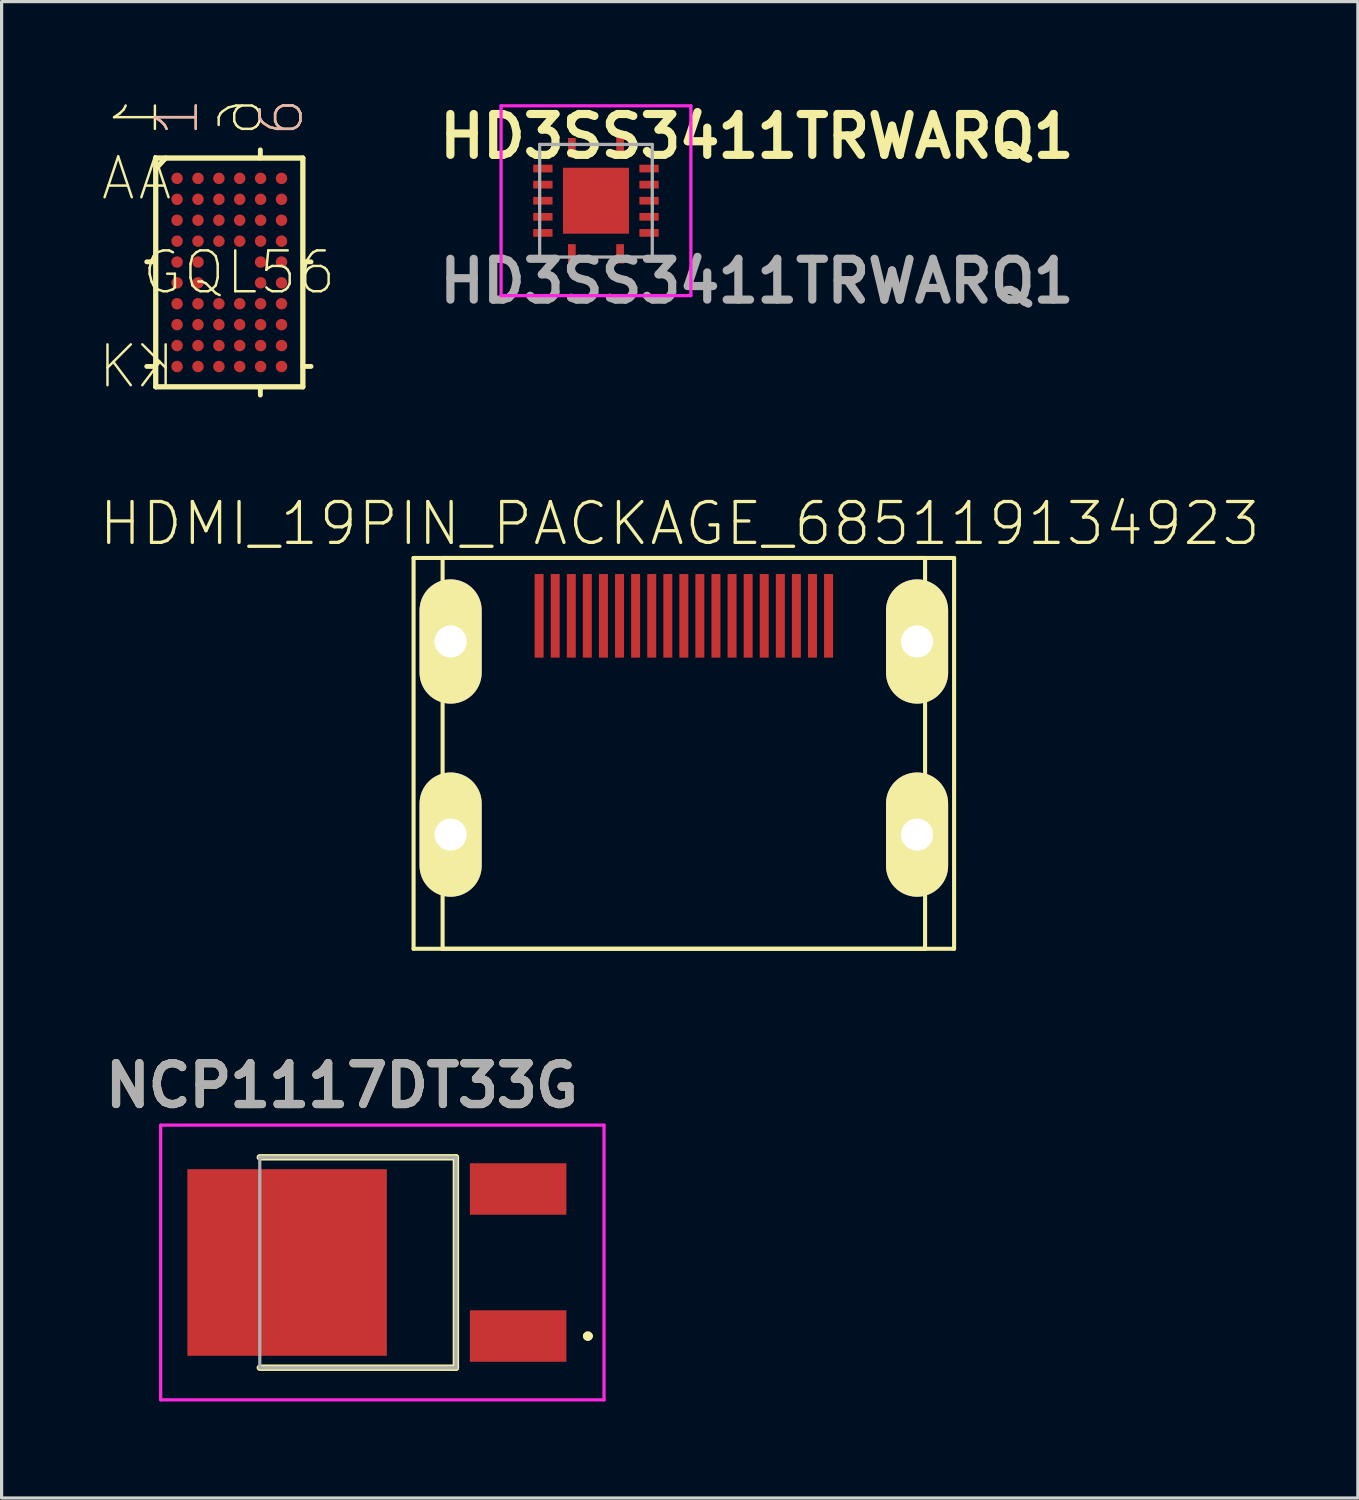
<source format=kicad_pcb>
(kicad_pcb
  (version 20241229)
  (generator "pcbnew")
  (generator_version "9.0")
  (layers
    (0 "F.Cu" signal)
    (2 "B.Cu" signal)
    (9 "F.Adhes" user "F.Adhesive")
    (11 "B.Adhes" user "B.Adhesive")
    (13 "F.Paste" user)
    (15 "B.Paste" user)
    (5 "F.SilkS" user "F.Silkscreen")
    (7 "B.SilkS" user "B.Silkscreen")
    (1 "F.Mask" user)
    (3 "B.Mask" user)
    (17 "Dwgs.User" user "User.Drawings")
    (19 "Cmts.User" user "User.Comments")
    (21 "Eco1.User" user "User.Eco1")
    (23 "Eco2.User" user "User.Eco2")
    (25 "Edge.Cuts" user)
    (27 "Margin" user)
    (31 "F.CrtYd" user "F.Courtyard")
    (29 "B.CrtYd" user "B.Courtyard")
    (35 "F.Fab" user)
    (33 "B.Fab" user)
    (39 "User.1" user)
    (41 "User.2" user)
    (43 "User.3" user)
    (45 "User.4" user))
  (footprint "GQL56"
    (layer "F.Cu")
    (at 4.077 5.418)
    (property "Reference" "GQL56" (at 0.305 0 0) (layer "F.SilkS") (effects (font (size 1.27 1.27) (thickness 0.076))))
    (attr smd)
    (fp_line (start -2.311 -0.33) (end -2.565 -0.33) (stroke (width 0.152) (type solid)) (layer "F.SilkS"))
    (fp_line (start -2.311 2.921) (end -2.565 2.921) (stroke (width 0.152) (type solid)) (layer "F.SilkS"))
    (fp_line (start -2.286 -3.556) (end -2.286 3.556) (stroke (width 0.152) (type solid)) (layer "F.SilkS"))
    (fp_line (start -2.286 -3.556) (end -2.286 3.556) (stroke (width 0.152) (type solid)) (layer "F.SilkS"))
    (fp_line (start -2.286 3.556) (end 2.286 3.556) (stroke (width 0.152) (type solid)) (layer "F.SilkS"))
    (fp_line (start -2.286 3.556) (end 2.286 3.556) (stroke (width 0.152) (type solid)) (layer "F.SilkS"))
    (fp_line (start -1.981 -3.556) (end -2.286 -3.226) (stroke (width 0.152) (type solid)) (layer "F.SilkS"))
    (fp_line (start -1.981 -3.556) (end -2.286 -3.226) (stroke (width 0.152) (type solid)) (layer "F.SilkS"))
    (fp_line (start 0.965 -3.556) (end 0.965 -3.81) (stroke (width 0.152) (type solid)) (layer "F.SilkS"))
    (fp_line (start 0.965 3.556) (end 0.965 3.81) (stroke (width 0.152) (type solid)) (layer "F.SilkS"))
    (fp_line (start 2.286 -3.556) (end -2.286 -3.556) (stroke (width 0.152) (type solid)) (layer "F.SilkS"))
    (fp_line (start 2.286 -3.556) (end -2.286 -3.556) (stroke (width 0.152) (type solid)) (layer "F.SilkS"))
    (fp_line (start 2.286 -0.33) (end 2.54 -0.33) (stroke (width 0.152) (type solid)) (layer "F.SilkS"))
    (fp_line (start 2.286 2.921) (end 2.54 2.921) (stroke (width 0.152) (type solid)) (layer "F.SilkS"))
    (fp_line (start 2.286 3.556) (end 2.286 -3.556) (stroke (width 0.152) (type solid)) (layer "F.SilkS"))
    (fp_line (start 2.286 3.556) (end 2.286 -3.556) (stroke (width 0.152) (type solid)) (layer "F.SilkS"))
    (fp_text user "6" (at 1.626 -4.826 90) (layer "F.SilkS") (effects (font (size 1.27 1.27) (thickness 0.076))))
    (fp_text user "A" (at -3.454 -2.921 0) (layer "F.SilkS") (effects (font (size 1.27 1.27) (thickness 0.076))))
    (fp_text user "A" (at -2.311 -2.921 0) (layer "F.SilkS") (effects (font (size 1.27 1.27) (thickness 0.076)) (justify mirror)))
    (fp_text user "1" (at -2.896 -4.826 90) (layer "F.SilkS") (effects (font (size 1.27 1.27) (thickness 0.076)) (justify mirror)))
    (fp_text user "6" (at 0.356 -4.826 90) (layer "F.SilkS") (effects (font (size 1.27 1.27) (thickness 0.076)) (justify mirror)))
    (fp_text user "K" (at -3.454 2.921 0) (layer "F.SilkS") (effects (font (size 1.27 1.27) (thickness 0.076))))
    (fp_text user "1" (at -1.626 -4.826 90) (layer "F.SilkS") (effects (font (size 1.27 1.27) (thickness 0.076))))
    (fp_text user "K" (at -2.311 2.921 0) (layer "F.SilkS") (effects (font (size 1.27 1.27) (thickness 0.076)) (justify mirror)))
    (fp_text user "1" (at -1.626 -4.826 90) (layer "B.SilkS") (effects (font (size 1.27 1.27) (thickness 0.076))))
    (fp_text user "6" (at 1.626 -4.826 90) (layer "B.SilkS") (effects (font (size 1.27 1.27) (thickness 0.076))))
    (pad "A1" smd circle (at -1.623 -2.924) (size 0.356 0.356) (layers "F.Cu" "F.Mask" "F.Paste"))
    (pad "A2" smd circle (at -0.973 -2.924) (size 0.356 0.356) (layers "F.Cu" "F.Mask" "F.Paste"))
    (pad "A3" smd circle (at -0.323 -2.924) (size 0.356 0.356) (layers "F.Cu" "F.Mask" "F.Paste"))
    (pad "A4" smd circle (at 0.323 -2.924) (size 0.356 0.356) (layers "F.Cu" "F.Mask" "F.Paste"))
    (pad "A5" smd circle (at 0.973 -2.924) (size 0.356 0.356) (layers "F.Cu" "F.Mask" "F.Paste"))
    (pad "A6" smd circle (at 1.623 -2.924) (size 0.356 0.356) (layers "F.Cu" "F.Mask" "F.Paste"))
    (pad "B1" smd circle (at -1.623 -2.273) (size 0.356 0.356) (layers "F.Cu" "F.Mask" "F.Paste"))
    (pad "B2" smd circle (at -0.973 -2.273) (size 0.356 0.356) (layers "F.Cu" "F.Mask" "F.Paste"))
    (pad "B3" smd circle (at -0.323 -2.273) (size 0.356 0.356) (layers "F.Cu" "F.Mask" "F.Paste"))
    (pad "B4" smd circle (at 0.323 -2.273) (size 0.356 0.356) (layers "F.Cu" "F.Mask" "F.Paste"))
    (pad "B5" smd circle (at 0.973 -2.273) (size 0.356 0.356) (layers "F.Cu" "F.Mask" "F.Paste"))
    (pad "B6" smd circle (at 1.623 -2.273) (size 0.356 0.356) (layers "F.Cu" "F.Mask" "F.Paste"))
    (pad "C1" smd circle (at -1.623 -1.623) (size 0.356 0.356) (layers "F.Cu" "F.Mask" "F.Paste"))
    (pad "C2" smd circle (at -0.973 -1.623) (size 0.356 0.356) (layers "F.Cu" "F.Mask" "F.Paste"))
    (pad "C3" smd circle (at -0.323 -1.623) (size 0.356 0.356) (layers "F.Cu" "F.Mask" "F.Paste"))
    (pad "C4" smd circle (at 0.323 -1.623) (size 0.356 0.356) (layers "F.Cu" "F.Mask" "F.Paste"))
    (pad "C5" smd circle (at 0.973 -1.623) (size 0.356 0.356) (layers "F.Cu" "F.Mask" "F.Paste"))
    (pad "C6" smd circle (at 1.623 -1.623) (size 0.356 0.356) (layers "F.Cu" "F.Mask" "F.Paste"))
    (pad "D1" smd circle (at -1.623 -0.973) (size 0.356 0.356) (layers "F.Cu" "F.Mask" "F.Paste"))
    (pad "D2" smd circle (at -0.973 -0.973) (size 0.356 0.356) (layers "F.Cu" "F.Mask" "F.Paste"))
    (pad "D3" smd circle (at -0.323 -0.973) (size 0.356 0.356) (layers "F.Cu" "F.Mask" "F.Paste"))
    (pad "D4" smd circle (at 0.323 -0.973) (size 0.356 0.356) (layers "F.Cu" "F.Mask" "F.Paste"))
    (pad "D5" smd circle (at 0.973 -0.973) (size 0.356 0.356) (layers "F.Cu" "F.Mask" "F.Paste"))
    (pad "D6" smd circle (at 1.623 -0.973) (size 0.356 0.356) (layers "F.Cu" "F.Mask" "F.Paste"))
    (pad "E1" smd circle (at -1.623 -0.323) (size 0.356 0.356) (layers "F.Cu" "F.Mask" "F.Paste"))
    (pad "E2" smd circle (at -0.973 -0.323) (size 0.356 0.356) (layers "F.Cu" "F.Mask" "F.Paste"))
    (pad "E5" smd circle (at 0.973 -0.323) (size 0.356 0.356) (layers "F.Cu" "F.Mask" "F.Paste"))
    (pad "E6" smd circle (at 1.623 -0.323) (size 0.356 0.356) (layers "F.Cu" "F.Mask" "F.Paste"))
    (pad "F1" smd circle (at -1.623 0.323) (size 0.356 0.356) (layers "F.Cu" "F.Mask" "F.Paste"))
    (pad "F2" smd circle (at -0.973 0.323) (size 0.356 0.356) (layers "F.Cu" "F.Mask" "F.Paste"))
    (pad "F5" smd circle (at 0.973 0.323) (size 0.356 0.356) (layers "F.Cu" "F.Mask" "F.Paste"))
    (pad "F6" smd circle (at 1.623 0.323) (size 0.356 0.356) (layers "F.Cu" "F.Mask" "F.Paste"))
    (pad "G1" smd circle (at -1.623 0.973) (size 0.356 0.356) (layers "F.Cu" "F.Mask" "F.Paste"))
    (pad "G2" smd circle (at -0.973 0.973) (size 0.356 0.356) (layers "F.Cu" "F.Mask" "F.Paste"))
    (pad "G3" smd circle (at -0.323 0.973) (size 0.356 0.356) (layers "F.Cu" "F.Mask" "F.Paste"))
    (pad "G4" smd circle (at 0.323 0.973) (size 0.356 0.356) (layers "F.Cu" "F.Mask" "F.Paste"))
    (pad "G5" smd circle (at 0.973 0.973) (size 0.356 0.356) (layers "F.Cu" "F.Mask" "F.Paste"))
    (pad "G6" smd circle (at 1.623 0.973) (size 0.356 0.356) (layers "F.Cu" "F.Mask" "F.Paste"))
    (pad "H1" smd circle (at -1.623 1.623) (size 0.356 0.356) (layers "F.Cu" "F.Mask" "F.Paste"))
    (pad "H2" smd circle (at -0.973 1.623) (size 0.356 0.356) (layers "F.Cu" "F.Mask" "F.Paste"))
    (pad "H3" smd circle (at -0.323 1.623) (size 0.356 0.356) (layers "F.Cu" "F.Mask" "F.Paste"))
    (pad "H4" smd circle (at 0.323 1.623) (size 0.356 0.356) (layers "F.Cu" "F.Mask" "F.Paste"))
    (pad "H5" smd circle (at 0.973 1.623) (size 0.356 0.356) (layers "F.Cu" "F.Mask" "F.Paste"))
    (pad "H6" smd circle (at 1.623 1.623) (size 0.356 0.356) (layers "F.Cu" "F.Mask" "F.Paste"))
    (pad "J1" smd circle (at -1.623 2.273) (size 0.356 0.356) (layers "F.Cu" "F.Mask" "F.Paste"))
    (pad "J2" smd circle (at -0.973 2.273) (size 0.356 0.356) (layers "F.Cu" "F.Mask" "F.Paste"))
    (pad "J3" smd circle (at -0.323 2.273) (size 0.356 0.356) (layers "F.Cu" "F.Mask" "F.Paste"))
    (pad "J4" smd circle (at 0.323 2.273) (size 0.356 0.356) (layers "F.Cu" "F.Mask" "F.Paste"))
    (pad "J5" smd circle (at 0.973 2.273) (size 0.356 0.356) (layers "F.Cu" "F.Mask" "F.Paste"))
    (pad "J6" smd circle (at 1.623 2.273) (size 0.356 0.356) (layers "F.Cu" "F.Mask" "F.Paste"))
    (pad "K1" smd circle (at -1.623 2.924) (size 0.356 0.356) (layers "F.Cu" "F.Mask" "F.Paste"))
    (pad "K2" smd circle (at -0.973 2.924) (size 0.356 0.356) (layers "F.Cu" "F.Mask" "F.Paste"))
    (pad "K3" smd circle (at -0.323 2.924) (size 0.356 0.356) (layers "F.Cu" "F.Mask" "F.Paste"))
    (pad "K4" smd circle (at 0.323 2.924) (size 0.356 0.356) (layers "F.Cu" "F.Mask" "F.Paste"))
    (pad "K5" smd circle (at 0.973 2.924) (size 0.356 0.356) (layers "F.Cu" "F.Mask" "F.Paste"))
    (pad "K6" smd circle (at 1.623 2.924) (size 0.356 0.356) (layers "F.Cu" "F.Mask" "F.Paste")))
  (footprint "NCP1117DT33G"
    (layer "F.Cu")
    (at 8.072 36.191)
    (property "Reference" "NCP1117DT33G" (at -0.5 -5.5 0) (layer "F.SilkS") (effects (font (size 1.27 1.27) (thickness 0.254))))
    (attr smd)
    (fp_line (start -3.047 3.27) (end 3.048 3.27) (stroke (width 0.2) (type solid)) (layer "F.SilkS"))
    (fp_line (start 3.048 -3.27) (end -3.047 -3.27) (stroke (width 0.2) (type solid)) (layer "F.SilkS"))
    (fp_line (start 3.048 3.27) (end 3.048 -3.27) (stroke (width 0.2) (type solid)) (layer "F.SilkS"))
    (fp_line (start 7.1 2.285) (end 7.1 2.285) (stroke (width 0.2) (type solid)) (layer "F.SilkS"))
    (fp_line (start 7.1 2.285) (end 7.1 2.285) (stroke (width 0.2) (type solid)) (layer "F.SilkS"))
    (fp_line (start 7.2 2.285) (end 7.2 2.285) (stroke (width 0.2) (type solid)) (layer "F.SilkS"))
    (fp_arc (start 7.1 2.285) (mid 7.15 2.235) (end 7.2 2.285) (stroke (width 0.2) (type solid)) (layer "F.SilkS"))
    (fp_arc (start 7.2 2.285) (mid 7.15 2.335) (end 7.1 2.285) (stroke (width 0.2) (type solid)) (layer "F.SilkS"))
    (fp_arc (start 7.2 2.285) (mid 7.15 2.335) (end 7.1 2.285) (stroke (width 0.2) (type solid)) (layer "F.SilkS"))
    (fp_line (start -6.128 -4.27) (end 7.652 -4.27) (stroke (width 0.1) (type solid)) (layer "F.CrtYd"))
    (fp_line (start -6.128 4.27) (end -6.128 -4.27) (stroke (width 0.1) (type solid)) (layer "F.CrtYd"))
    (fp_line (start 7.652 -4.27) (end 7.652 4.27) (stroke (width 0.1) (type solid)) (layer "F.CrtYd"))
    (fp_line (start 7.652 4.27) (end -6.128 4.27) (stroke (width 0.1) (type solid)) (layer "F.CrtYd"))
    (fp_line (start -3.047 -3.27) (end 3.048 -3.27) (stroke (width 0.1) (type solid)) (layer "F.Fab"))
    (fp_line (start -3.047 3.27) (end -3.047 -3.27) (stroke (width 0.1) (type solid)) (layer "F.Fab"))
    (fp_line (start 3.048 -3.27) (end 3.048 3.27) (stroke (width 0.1) (type solid)) (layer "F.Fab"))
    (fp_line (start 3.048 3.27) (end -3.047 3.27) (stroke (width 0.1) (type solid)) (layer "F.Fab"))
    (fp_text user "${REFERENCE}" (at -0.5 -5.5 0) (layer "F.Fab") (effects (font (size 1.27 1.27) (thickness 0.254))))
    (pad "1" smd rect (at 4.982 2.285 90) (size 1.6 3) (layers "F.Cu" "F.Mask" "F.Paste"))
    (pad "2" smd rect (at -2.198 0 90) (size 5.8 6.2) (layers "F.Cu" "F.Mask" "F.Paste"))
    (pad "3" smd rect (at 4.982 -2.285 90) (size 1.6 3) (layers "F.Cu" "F.Mask" "F.Paste")))
  (footprint "HDMI_19PIN_PACKAGE_685119134923"
    (layer "F.Cu")
    (at 18.205 16.091)
    (property "Reference" "HDMI_19PIN_PACKAGE_685119134923" (at -0.127 -2.865 0) (layer "F.SilkS") (effects (font (size 1.27 1.27) (thickness 0.102))))
    (attr smd)
    (fp_line (start -8.4 -1.798) (end 8.4 -1.798) (stroke (width 0.127) (type solid)) (layer "F.SilkS"))
    (fp_line (start -8.4 10.348) (end -8.4 -1.798) (stroke (width 0.127) (type solid)) (layer "F.SilkS"))
    (fp_line (start -7.75 -0.15) (end -7.75 1.849) (stroke (width 0.127) (type solid)) (layer "F.SilkS"))
    (fp_line (start -7.75 5.85) (end -7.75 7.849) (stroke (width 0.127) (type solid)) (layer "F.SilkS"))
    (fp_line (start -7.498 -1.798) (end 7.498 -1.798) (stroke (width 0.127) (type solid)) (layer "F.SilkS"))
    (fp_line (start -7.498 10.348) (end -7.498 -1.798) (stroke (width 0.127) (type solid)) (layer "F.SilkS"))
    (fp_line (start -6.749 1.849) (end -6.749 -0.15) (stroke (width 0.127) (type solid)) (layer "F.SilkS"))
    (fp_line (start -6.749 7.849) (end -6.749 5.85) (stroke (width 0.127) (type solid)) (layer "F.SilkS"))
    (fp_line (start 6.749 -0.198) (end 6.749 1.798) (stroke (width 0.127) (type solid)) (layer "F.SilkS"))
    (fp_line (start 6.749 5.799) (end 6.749 7.798) (stroke (width 0.127) (type solid)) (layer "F.SilkS"))
    (fp_line (start 7.498 -1.798) (end 7.498 10.348) (stroke (width 0.127) (type solid)) (layer "F.SilkS"))
    (fp_line (start 7.498 10.348) (end -7.498 10.348) (stroke (width 0.127) (type solid)) (layer "F.SilkS"))
    (fp_line (start 7.75 1.798) (end 7.75 -0.198) (stroke (width 0.127) (type solid)) (layer "F.SilkS"))
    (fp_line (start 7.75 7.798) (end 7.75 5.799) (stroke (width 0.127) (type solid)) (layer "F.SilkS"))
    (fp_line (start 8.4 -1.798) (end 8.4 10.348) (stroke (width 0.127) (type solid)) (layer "F.SilkS"))
    (fp_line (start 8.4 10.348) (end -8.4 10.348) (stroke (width 0.127) (type solid)) (layer "F.SilkS"))
    (fp_arc (start -7.74954 -0.14986) (mid -7.24916 -0.65024) (end -6.74878 -0.14986) (stroke (width 0.127) (type solid)) (layer "F.SilkS"))
    (fp_arc (start -7.74954 5.84962) (mid -7.24916 5.34924) (end -6.74878 5.84962) (stroke (width 0.127) (type solid)) (layer "F.SilkS"))
    (fp_arc (start -6.74878 1.84912) (mid -7.24916 2.3495) (end -7.74954 1.84912) (stroke (width 0.127) (type solid)) (layer "F.SilkS"))
    (fp_arc (start -6.74878 7.8486) (mid -7.24916 8.34898) (end -7.74954 7.8486) (stroke (width 0.127) (type solid)) (layer "F.SilkS"))
    (fp_arc (start 6.74878 -0.19812) (mid 7.24916 -0.6985) (end 7.74954 -0.19812) (stroke (width 0.127) (type solid)) (layer "F.SilkS"))
    (fp_arc (start 6.74878 5.79882) (mid 7.24916 5.29844) (end 7.74954 5.79882) (stroke (width 0.127) (type solid)) (layer "F.SilkS"))
    (fp_arc (start 7.74954 1.79832) (mid 7.24916 2.2987) (end 6.74878 1.79832) (stroke (width 0.127) (type solid)) (layer "F.SilkS"))
    (fp_arc (start 7.74954 7.7978) (mid 7.24916 8.29818) (end 6.74878 7.7978) (stroke (width 0.127) (type solid)) (layer "F.SilkS"))
    (pad "1" smd rect (at 4.498 0 180) (size 0.279 2.598) (layers "F.Cu" "F.Mask" "F.Paste"))
    (pad "2" smd rect (at 3.998 0 180) (size 0.279 2.598) (layers "F.Cu" "F.Mask" "F.Paste"))
    (pad "3" smd rect (at 3.498 0 180) (size 0.279 2.598) (layers "F.Cu" "F.Mask" "F.Paste"))
    (pad "4" smd rect (at 3 0 180) (size 0.279 2.598) (layers "F.Cu" "F.Mask" "F.Paste"))
    (pad "5" smd rect (at 2.499 0 180) (size 0.279 2.598) (layers "F.Cu" "F.Mask" "F.Paste"))
    (pad "6" smd rect (at 1.999 0 180) (size 0.279 2.598) (layers "F.Cu" "F.Mask" "F.Paste"))
    (pad "7" smd rect (at 1.499 0 180) (size 0.279 2.598) (layers "F.Cu" "F.Mask" "F.Paste"))
    (pad "8" smd rect (at 0.998 0 180) (size 0.279 2.598) (layers "F.Cu" "F.Mask" "F.Paste"))
    (pad "9" smd rect (at 0.498 0 180) (size 0.279 2.598) (layers "F.Cu" "F.Mask" "F.Paste"))
    (pad "10" smd rect (at 0 0 180) (size 0.279 2.598) (layers "F.Cu" "F.Mask" "F.Paste"))
    (pad "11" smd rect (at -0.498 0 180) (size 0.279 2.598) (layers "F.Cu" "F.Mask" "F.Paste"))
    (pad "12" smd rect (at -0.998 0 180) (size 0.279 2.598) (layers "F.Cu" "F.Mask" "F.Paste"))
    (pad "13" smd rect (at -1.499 0 180) (size 0.279 2.598) (layers "F.Cu" "F.Mask" "F.Paste"))
    (pad "14" smd rect (at -1.999 0 180) (size 0.279 2.598) (layers "F.Cu" "F.Mask" "F.Paste"))
    (pad "15" smd rect (at -2.499 0 180) (size 0.279 2.598) (layers "F.Cu" "F.Mask" "F.Paste"))
    (pad "16" smd rect (at -3 0 180) (size 0.279 2.598) (layers "F.Cu" "F.Mask" "F.Paste"))
    (pad "17" smd rect (at -3.498 0 180) (size 0.279 2.598) (layers "F.Cu" "F.Mask" "F.Paste"))
    (pad "18" smd rect (at -3.998 0 180) (size 0.279 2.598) (layers "F.Cu" "F.Mask" "F.Paste"))
    (pad "19" smd rect (at -4.498 0 180) (size 0.279 2.598) (layers "F.Cu" "F.Mask" "F.Paste"))
    (pad "Z1" thru_hole oval (at -7.249 0.798 180) (size 1.93 3.861) (drill 0.998) (layers "*.Cu" "*.Mask" "F.SilkS" "F.Paste"))
    (pad "Z2" thru_hole oval (at -7.249 6.8 180) (size 1.93 3.861) (drill 0.998) (layers "*.Cu" "*.Mask" "F.SilkS" "F.Paste"))
    (pad "Z3" thru_hole oval (at 7.249 6.8 180) (size 1.93 3.861) (drill 0.998) (layers "*.Cu" "*.Mask" "F.SilkS" "F.Paste"))
    (pad "Z4" thru_hole oval (at 7.249 0.798 180) (size 1.93 3.861) (drill 0.998) (layers "*.Cu" "*.Mask" "F.SilkS" "F.Paste")))
  (footprint "HD3SS3411TRWARQ1"
    (layer "F.Cu")
    (at 15.474 3.189)
    (property "Reference" "HD3SS3411TRWARQ1" (at 5 -2 0) (layer "F.SilkS") (effects (font (size 1.27 1.27) (thickness 0.254))))
    (attr smd)
    (fp_line (start -0.75 -2.6) (end -0.75 -2.6) (stroke (width 0.2) (type solid)) (layer "F.SilkS"))
    (fp_line (start -0.75 -2.6) (end -0.75 -2.6) (stroke (width 0.2) (type solid)) (layer "F.SilkS"))
    (fp_line (start -0.75 -2.5) (end -0.75 -2.5) (stroke (width 0.2) (type solid)) (layer "F.SilkS"))
    (fp_arc (start -0.75 -2.6) (mid -0.7 -2.55) (end -0.75 -2.5) (stroke (width 0.2) (type solid)) (layer "F.SilkS"))
    (fp_arc (start -0.75 -2.5) (mid -0.8 -2.55) (end -0.75 -2.6) (stroke (width 0.2) (type solid)) (layer "F.SilkS"))
    (fp_arc (start -0.75 -2.5) (mid -0.8 -2.55) (end -0.75 -2.6) (stroke (width 0.2) (type solid)) (layer "F.SilkS"))
    (fp_line (start -2.95 -2.95) (end 2.95 -2.95) (stroke (width 0.1) (type solid)) (layer "F.CrtYd"))
    (fp_line (start -2.95 2.95) (end -2.95 -2.95) (stroke (width 0.1) (type solid)) (layer "F.CrtYd"))
    (fp_line (start 2.95 -2.95) (end 2.95 2.95) (stroke (width 0.1) (type solid)) (layer "F.CrtYd"))
    (fp_line (start 2.95 2.95) (end -2.95 2.95) (stroke (width 0.1) (type solid)) (layer "F.CrtYd"))
    (fp_line (start -1.75 -1.75) (end -1.75 1.75) (stroke (width 0.1) (type solid)) (layer "F.Fab"))
    (fp_line (start -1.75 1.75) (end 1.75 1.75) (stroke (width 0.1) (type solid)) (layer "F.Fab"))
    (fp_line (start 1.75 -1.75) (end -1.75 -1.75) (stroke (width 0.1) (type solid)) (layer "F.Fab"))
    (fp_line (start 1.75 1.75) (end 1.75 -1.75) (stroke (width 0.1) (type solid)) (layer "F.Fab"))
    (fp_text user "${REFERENCE}" (at 5 2.5 0) (layer "F.Fab") (effects (font (size 1.27 1.27) (thickness 0.254))))
    (pad "1" smd rect (at -0.75 -1.65) (size 0.24 0.6) (layers "F.Cu" "F.Mask" "F.Paste"))
    (pad "2" smd rect (at -1.65 -1 90) (size 0.24 0.6) (layers "F.Cu" "F.Mask" "F.Paste"))
    (pad "3" smd rect (at -1.65 -0.5 90) (size 0.24 0.6) (layers "F.Cu" "F.Mask" "F.Paste"))
    (pad "4" smd rect (at -1.65 0 90) (size 0.24 0.6) (layers "F.Cu" "F.Mask" "F.Paste"))
    (pad "5" smd rect (at -1.65 0.5 90) (size 0.24 0.6) (layers "F.Cu" "F.Mask" "F.Paste"))
    (pad "6" smd rect (at -1.65 1 90) (size 0.24 0.6) (layers "F.Cu" "F.Mask" "F.Paste"))
    (pad "7" smd rect (at -0.75 1.65) (size 0.24 0.6) (layers "F.Cu" "F.Mask" "F.Paste"))
    (pad "8" smd rect (at 0.75 1.65) (size 0.24 0.6) (layers "F.Cu" "F.Mask" "F.Paste"))
    (pad "9" smd rect (at 1.65 1 90) (size 0.24 0.6) (layers "F.Cu" "F.Mask" "F.Paste"))
    (pad "10" smd rect (at 1.65 0.5 90) (size 0.24 0.6) (layers "F.Cu" "F.Mask" "F.Paste"))
    (pad "11" smd rect (at 1.65 0 90) (size 0.24 0.6) (layers "F.Cu" "F.Mask" "F.Paste"))
    (pad "12" smd rect (at 1.65 -0.5 90) (size 0.24 0.6) (layers "F.Cu" "F.Mask" "F.Paste"))
    (pad "13" smd rect (at 1.65 -1 90) (size 0.24 0.6) (layers "F.Cu" "F.Mask" "F.Paste"))
    (pad "14" smd rect (at 0.75 -1.65) (size 0.24 0.6) (layers "F.Cu" "F.Mask" "F.Paste"))
    (pad "15" smd rect (at 0 0 90) (size 2.05 2.05) (layers "F.Cu" "F.Mask" "F.Paste")))
  (gr_rect
    (start -3 -3)
    (end 39.155 43.511)
    (stroke (width 0.1) (type default))
    (fill no)
    (layer "Edge.Cuts")))
</source>
